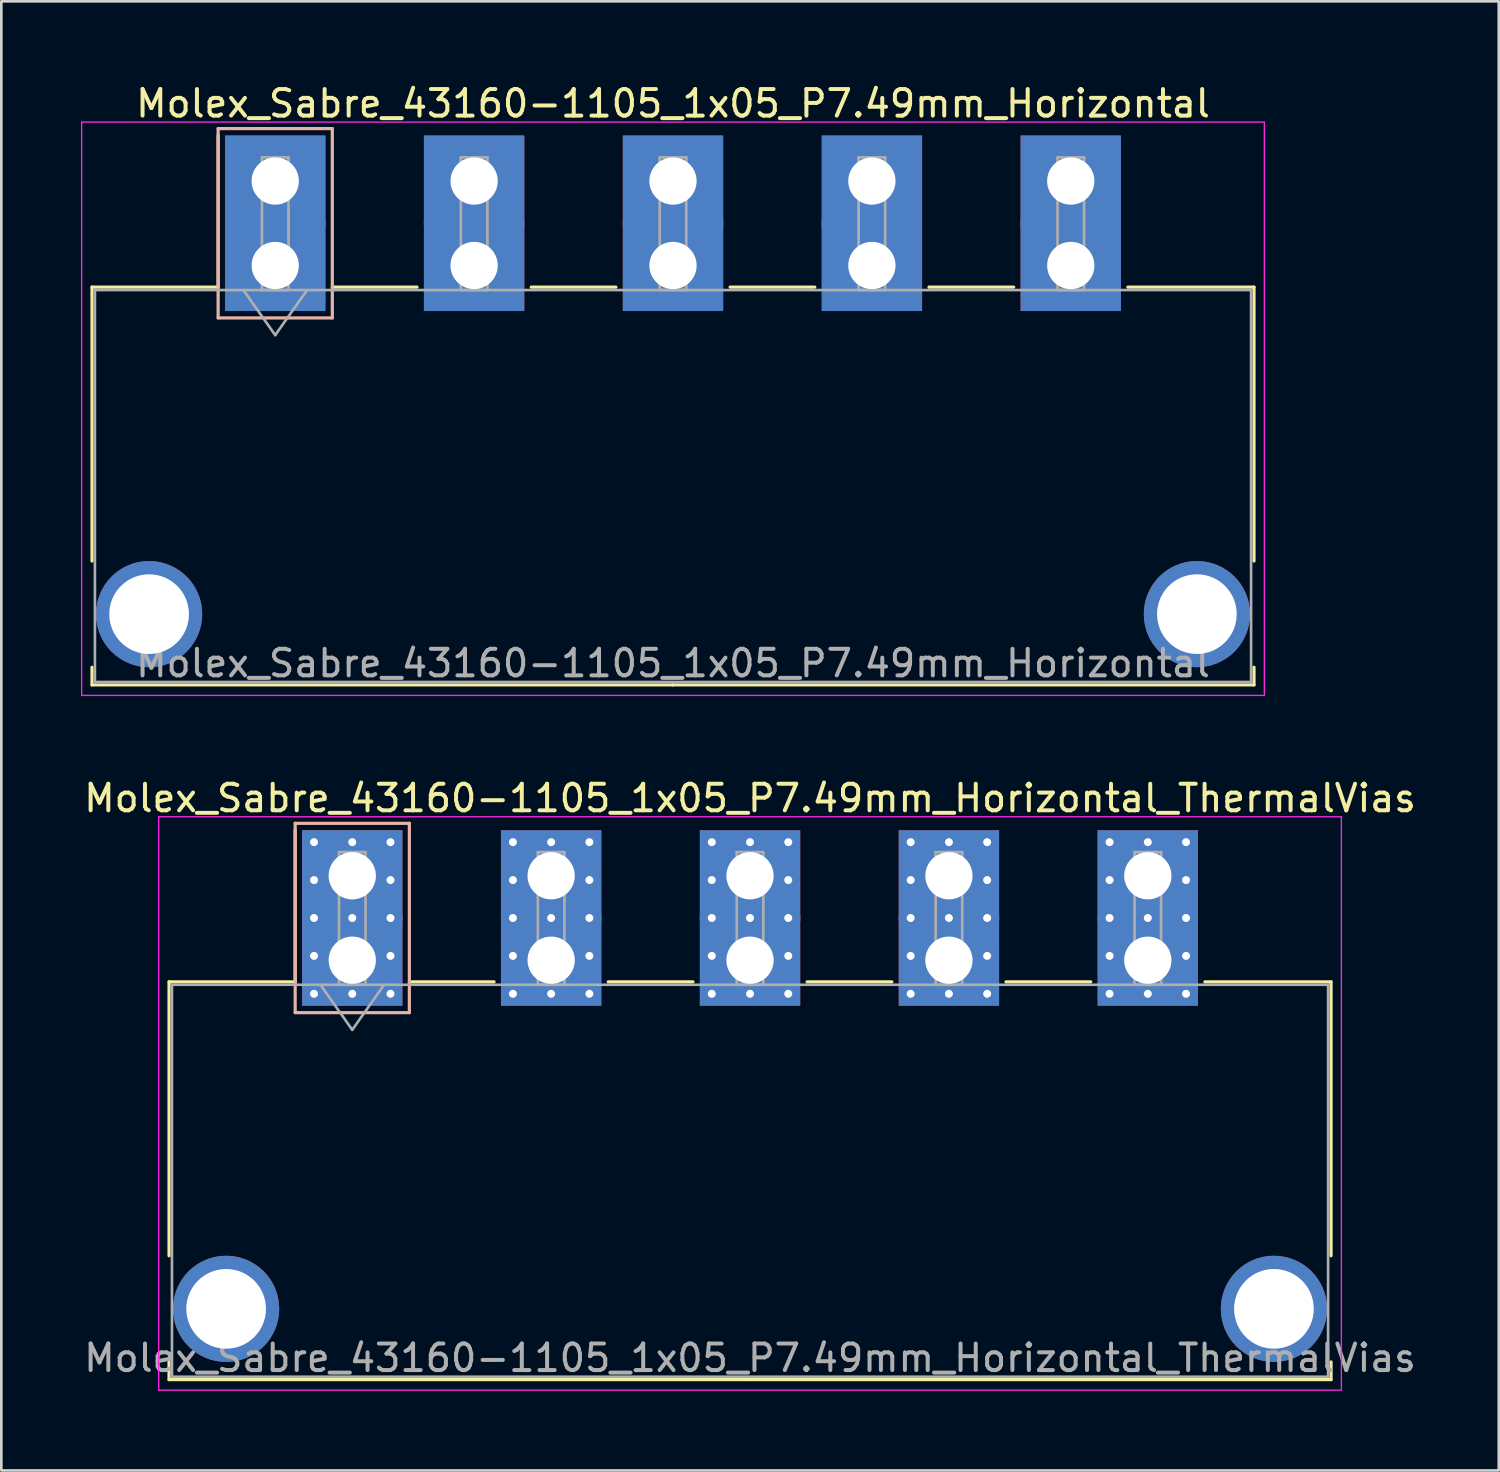
<source format=kicad_pcb>
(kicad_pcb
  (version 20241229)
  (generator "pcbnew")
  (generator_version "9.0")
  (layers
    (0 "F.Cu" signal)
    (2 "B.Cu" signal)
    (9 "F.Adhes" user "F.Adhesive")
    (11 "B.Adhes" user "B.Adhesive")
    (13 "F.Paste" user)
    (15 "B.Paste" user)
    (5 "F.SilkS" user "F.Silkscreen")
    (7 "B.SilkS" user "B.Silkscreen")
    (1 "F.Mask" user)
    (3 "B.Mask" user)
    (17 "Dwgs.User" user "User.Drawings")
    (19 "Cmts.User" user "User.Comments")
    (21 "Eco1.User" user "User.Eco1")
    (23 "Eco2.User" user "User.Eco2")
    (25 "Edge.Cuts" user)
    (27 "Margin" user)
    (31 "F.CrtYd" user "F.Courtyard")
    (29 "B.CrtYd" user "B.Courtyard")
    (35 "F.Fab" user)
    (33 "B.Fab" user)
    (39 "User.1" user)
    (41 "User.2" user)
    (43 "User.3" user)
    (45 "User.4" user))
  (footprint "Molex_Sabre_43160-1105_1x05_P7.49mm_Horizontal_ThermalVias"
    (layer "F.Cu")
    (at 10.216 33.111)
    (property "Reference" "Molex_Sabre_43160-1105_1x05_P7.49mm_Horizontal_ThermalVias" (at 14.98 -6.1 0) (layer "F.SilkS") (effects (font (size 1 1) (thickness 0.15))))
    (attr through_hole)
    (fp_line (start -6.9 0.815) (end -6.9 11.13) (stroke (width 0.12) (type solid)) (layer "F.SilkS"))
    (fp_line (start -6.9 15.13) (end -6.9 15.795) (stroke (width 0.12) (type solid)) (layer "F.SilkS"))
    (fp_line (start -6.9 15.795) (end 14.98 15.795) (stroke (width 0.12) (type solid)) (layer "F.SilkS"))
    (fp_line (start -2.15 0.815) (end -6.9 0.815) (stroke (width 0.12) (type solid)) (layer "F.SilkS"))
    (fp_line (start -2.15 0.815) (end -2.15 -4.895) (stroke (width 0.12) (type solid)) (layer "F.SilkS"))
    (fp_line (start 2.15 0.815) (end 5.34 0.815) (stroke (width 0.12) (type solid)) (layer "F.SilkS"))
    (fp_line (start 9.64 0.815) (end 12.83 0.815) (stroke (width 0.12) (type solid)) (layer "F.SilkS"))
    (fp_line (start 17.13 0.815) (end 20.32 0.815) (stroke (width 0.12) (type solid)) (layer "F.SilkS"))
    (fp_line (start 24.62 0.815) (end 27.81 0.815) (stroke (width 0.12) (type solid)) (layer "F.SilkS"))
    (fp_line (start 32.11 0.815) (end 36.86 0.815) (stroke (width 0.12) (type solid)) (layer "F.SilkS"))
    (fp_line (start 36.86 0.815) (end 36.86 11.13) (stroke (width 0.12) (type solid)) (layer "F.SilkS"))
    (fp_line (start 36.86 15.13) (end 36.86 15.795) (stroke (width 0.12) (type solid)) (layer "F.SilkS"))
    (fp_line (start 36.86 15.795) (end 14.98 15.795) (stroke (width 0.12) (type solid)) (layer "F.SilkS"))
    (fp_line (start -2.15 -5.155) (end -2.15 1.975) (stroke (width 0.12) (type solid)) (layer "B.SilkS"))
    (fp_line (start -2.15 1.975) (end 2.15 1.975) (stroke (width 0.12) (type solid)) (layer "B.SilkS"))
    (fp_line (start 2.15 -5.155) (end -2.15 -5.155) (stroke (width 0.12) (type solid)) (layer "B.SilkS"))
    (fp_line (start 2.15 1.975) (end 2.15 -5.155) (stroke (width 0.12) (type solid)) (layer "B.SilkS"))
    (fp_line (start -7.29 -5.4) (end -7.29 16.19) (stroke (width 0.05) (type solid)) (layer "F.CrtYd"))
    (fp_line (start -7.29 16.19) (end 37.25 16.19) (stroke (width 0.05) (type solid)) (layer "F.CrtYd"))
    (fp_line (start 37.25 -5.4) (end -7.29 -5.4) (stroke (width 0.05) (type solid)) (layer "F.CrtYd"))
    (fp_line (start 37.25 16.19) (end 37.25 -5.4) (stroke (width 0.05) (type solid)) (layer "F.CrtYd"))
    (fp_line (start -6.79 0.925) (end -6.79 15.685) (stroke (width 0.1) (type solid)) (layer "F.Fab"))
    (fp_line (start -6.79 15.685) (end 36.75 15.685) (stroke (width 0.1) (type solid)) (layer "F.Fab"))
    (fp_line (start -1.2 0.925) (end 0 2.622) (stroke (width 0.1) (type solid)) (layer "F.Fab"))
    (fp_line (start -0.5 -4.07) (end 0.5 -4.07) (stroke (width 0.1) (type solid)) (layer "F.Fab"))
    (fp_line (start -0.5 0.925) (end -0.5 -4.07) (stroke (width 0.1) (type solid)) (layer "F.Fab"))
    (fp_line (start 0 2.622) (end 1.2 0.925) (stroke (width 0.1) (type solid)) (layer "F.Fab"))
    (fp_line (start 0.5 -4.07) (end 0.5 0.925) (stroke (width 0.1) (type solid)) (layer "F.Fab"))
    (fp_line (start 0.5 0.925) (end -0.5 0.925) (stroke (width 0.1) (type solid)) (layer "F.Fab"))
    (fp_line (start 6.99 -4.07) (end 7.99 -4.07) (stroke (width 0.1) (type solid)) (layer "F.Fab"))
    (fp_line (start 6.99 0.925) (end 6.99 -4.07) (stroke (width 0.1) (type solid)) (layer "F.Fab"))
    (fp_line (start 7.99 -4.07) (end 7.99 0.925) (stroke (width 0.1) (type solid)) (layer "F.Fab"))
    (fp_line (start 7.99 0.925) (end 6.99 0.925) (stroke (width 0.1) (type solid)) (layer "F.Fab"))
    (fp_line (start 14.48 -4.07) (end 15.48 -4.07) (stroke (width 0.1) (type solid)) (layer "F.Fab"))
    (fp_line (start 14.48 0.925) (end 14.48 -4.07) (stroke (width 0.1) (type solid)) (layer "F.Fab"))
    (fp_line (start 15.48 -4.07) (end 15.48 0.925) (stroke (width 0.1) (type solid)) (layer "F.Fab"))
    (fp_line (start 15.48 0.925) (end 14.48 0.925) (stroke (width 0.1) (type solid)) (layer "F.Fab"))
    (fp_line (start 21.97 -4.07) (end 22.97 -4.07) (stroke (width 0.1) (type solid)) (layer "F.Fab"))
    (fp_line (start 21.97 0.925) (end 21.97 -4.07) (stroke (width 0.1) (type solid)) (layer "F.Fab"))
    (fp_line (start 22.97 -4.07) (end 22.97 0.925) (stroke (width 0.1) (type solid)) (layer "F.Fab"))
    (fp_line (start 22.97 0.925) (end 21.97 0.925) (stroke (width 0.1) (type solid)) (layer "F.Fab"))
    (fp_line (start 29.46 -4.07) (end 30.46 -4.07) (stroke (width 0.1) (type solid)) (layer "F.Fab"))
    (fp_line (start 29.46 0.925) (end 29.46 -4.07) (stroke (width 0.1) (type solid)) (layer "F.Fab"))
    (fp_line (start 30.46 -4.07) (end 30.46 0.925) (stroke (width 0.1) (type solid)) (layer "F.Fab"))
    (fp_line (start 30.46 0.925) (end 29.46 0.925) (stroke (width 0.1) (type solid)) (layer "F.Fab"))
    (fp_line (start 36.75 0.925) (end -6.79 0.925) (stroke (width 0.1) (type solid)) (layer "F.Fab"))
    (fp_line (start 36.75 15.685) (end 36.75 0.925) (stroke (width 0.1) (type solid)) (layer "F.Fab"))
    (fp_text user "${REFERENCE}" (at 14.98 14.98 0) (layer "F.Fab") (effects (font (size 1 1) (thickness 0.15))))
    (pad "" thru_hole circle (at -4.75 13.13) (size 4 4) (drill 3) (layers "*.Cu" "*.Mask"))
    (pad "" thru_hole circle (at 34.71 13.13) (size 4 4) (drill 3) (layers "*.Cu" "*.Mask"))
    (pad "1" thru_hole rect (at -1.44 -4.445) (size 0.6 0.6) (drill 0.3) (layers "*.Cu" "*.Mask"))
    (pad "1" thru_hole rect (at -1.44 -3.018) (size 0.6 0.6) (drill 0.3) (layers "*.Cu" "*.Mask"))
    (pad "1" thru_hole rect (at -1.44 -1.59) (size 0.6 0.6) (drill 0.3) (layers "*.Cu" "*.Mask"))
    (pad "1" thru_hole rect (at -1.44 -0.163) (size 0.6 0.6) (drill 0.3) (layers "*.Cu" "*.Mask"))
    (pad "1" thru_hole rect (at -1.44 1.265) (size 0.6 0.6) (drill 0.3) (layers "*.Cu" "*.Mask"))
    (pad "1" thru_hole rect (at 0 -4.445) (size 0.6 0.6) (drill 0.3) (layers "*.Cu" "*.Mask"))
    (pad "1" thru_hole rect (at 0 -3.18) (size 3.78 3.43) (drill 1.78) (layers "*.Cu" "*.Mask"))
    (pad "1" thru_hole rect (at 0 -1.59) (size 0.6 0.6) (drill 0.3) (layers "*.Cu" "*.Mask"))
    (pad "1" thru_hole rect (at 0 0) (size 3.78 3.43) (drill 1.78) (layers "*.Cu" "*.Mask"))
    (pad "1" thru_hole rect (at 0 1.265) (size 0.6 0.6) (drill 0.3) (layers "*.Cu" "*.Mask"))
    (pad "1" thru_hole rect (at 1.44 -4.445) (size 0.6 0.6) (drill 0.3) (layers "*.Cu" "*.Mask"))
    (pad "1" thru_hole rect (at 1.44 -3.018) (size 0.6 0.6) (drill 0.3) (layers "*.Cu" "*.Mask"))
    (pad "1" thru_hole rect (at 1.44 -1.59) (size 0.6 0.6) (drill 0.3) (layers "*.Cu" "*.Mask"))
    (pad "1" thru_hole rect (at 1.44 -0.163) (size 0.6 0.6) (drill 0.3) (layers "*.Cu" "*.Mask"))
    (pad "1" thru_hole rect (at 1.44 1.265) (size 0.6 0.6) (drill 0.3) (layers "*.Cu" "*.Mask"))
    (pad "2" thru_hole circle (at 6.05 -4.445) (size 0.6 0.6) (drill 0.3) (layers "*.Cu" "*.Mask"))
    (pad "2" thru_hole circle (at 6.05 -3.018) (size 0.6 0.6) (drill 0.3) (layers "*.Cu" "*.Mask"))
    (pad "2" thru_hole circle (at 6.05 -1.59) (size 0.6 0.6) (drill 0.3) (layers "*.Cu" "*.Mask"))
    (pad "2" thru_hole circle (at 6.05 -0.163) (size 0.6 0.6) (drill 0.3) (layers "*.Cu" "*.Mask"))
    (pad "2" thru_hole circle (at 6.05 1.265) (size 0.6 0.6) (drill 0.3) (layers "*.Cu" "*.Mask"))
    (pad "2" thru_hole circle (at 7.49 -4.445) (size 0.6 0.6) (drill 0.3) (layers "*.Cu" "*.Mask"))
    (pad "2" thru_hole rect (at 7.49 -3.18) (size 3.78 3.43) (drill 1.78) (layers "*.Cu" "*.Mask"))
    (pad "2" thru_hole circle (at 7.49 -1.59) (size 0.6 0.6) (drill 0.3) (layers "*.Cu" "*.Mask"))
    (pad "2" thru_hole rect (at 7.49 0) (size 3.78 3.43) (drill 1.78) (layers "*.Cu" "*.Mask"))
    (pad "2" thru_hole circle (at 7.49 1.265) (size 0.6 0.6) (drill 0.3) (layers "*.Cu" "*.Mask"))
    (pad "2" thru_hole circle (at 8.93 -4.445) (size 0.6 0.6) (drill 0.3) (layers "*.Cu" "*.Mask"))
    (pad "2" thru_hole circle (at 8.93 -3.018) (size 0.6 0.6) (drill 0.3) (layers "*.Cu" "*.Mask"))
    (pad "2" thru_hole circle (at 8.93 -1.59) (size 0.6 0.6) (drill 0.3) (layers "*.Cu" "*.Mask"))
    (pad "2" thru_hole circle (at 8.93 -0.163) (size 0.6 0.6) (drill 0.3) (layers "*.Cu" "*.Mask"))
    (pad "2" thru_hole circle (at 8.93 1.265) (size 0.6 0.6) (drill 0.3) (layers "*.Cu" "*.Mask"))
    (pad "3" thru_hole circle (at 13.54 -4.445) (size 0.6 0.6) (drill 0.3) (layers "*.Cu" "*.Mask"))
    (pad "3" thru_hole circle (at 13.54 -3.018) (size 0.6 0.6) (drill 0.3) (layers "*.Cu" "*.Mask"))
    (pad "3" thru_hole circle (at 13.54 -1.59) (size 0.6 0.6) (drill 0.3) (layers "*.Cu" "*.Mask"))
    (pad "3" thru_hole circle (at 13.54 -0.163) (size 0.6 0.6) (drill 0.3) (layers "*.Cu" "*.Mask"))
    (pad "3" thru_hole circle (at 13.54 1.265) (size 0.6 0.6) (drill 0.3) (layers "*.Cu" "*.Mask"))
    (pad "3" thru_hole circle (at 14.98 -4.445) (size 0.6 0.6) (drill 0.3) (layers "*.Cu" "*.Mask"))
    (pad "3" thru_hole rect (at 14.98 -3.18) (size 3.78 3.43) (drill 1.78) (layers "*.Cu" "*.Mask"))
    (pad "3" thru_hole circle (at 14.98 -1.59) (size 0.6 0.6) (drill 0.3) (layers "*.Cu" "*.Mask"))
    (pad "3" thru_hole rect (at 14.98 0) (size 3.78 3.43) (drill 1.78) (layers "*.Cu" "*.Mask"))
    (pad "3" thru_hole circle (at 14.98 1.265) (size 0.6 0.6) (drill 0.3) (layers "*.Cu" "*.Mask"))
    (pad "3" thru_hole circle (at 16.42 -4.445) (size 0.6 0.6) (drill 0.3) (layers "*.Cu" "*.Mask"))
    (pad "3" thru_hole circle (at 16.42 -3.018) (size 0.6 0.6) (drill 0.3) (layers "*.Cu" "*.Mask"))
    (pad "3" thru_hole circle (at 16.42 -1.59) (size 0.6 0.6) (drill 0.3) (layers "*.Cu" "*.Mask"))
    (pad "3" thru_hole circle (at 16.42 -0.163) (size 0.6 0.6) (drill 0.3) (layers "*.Cu" "*.Mask"))
    (pad "3" thru_hole circle (at 16.42 1.265) (size 0.6 0.6) (drill 0.3) (layers "*.Cu" "*.Mask"))
    (pad "4" thru_hole circle (at 21.03 -4.445) (size 0.6 0.6) (drill 0.3) (layers "*.Cu" "*.Mask"))
    (pad "4" thru_hole circle (at 21.03 -3.018) (size 0.6 0.6) (drill 0.3) (layers "*.Cu" "*.Mask"))
    (pad "4" thru_hole circle (at 21.03 -1.59) (size 0.6 0.6) (drill 0.3) (layers "*.Cu" "*.Mask"))
    (pad "4" thru_hole circle (at 21.03 -0.163) (size 0.6 0.6) (drill 0.3) (layers "*.Cu" "*.Mask"))
    (pad "4" thru_hole circle (at 21.03 1.265) (size 0.6 0.6) (drill 0.3) (layers "*.Cu" "*.Mask"))
    (pad "4" thru_hole circle (at 22.47 -4.445) (size 0.6 0.6) (drill 0.3) (layers "*.Cu" "*.Mask"))
    (pad "4" thru_hole rect (at 22.47 -3.18) (size 3.78 3.43) (drill 1.78) (layers "*.Cu" "*.Mask"))
    (pad "4" thru_hole circle (at 22.47 -1.59) (size 0.6 0.6) (drill 0.3) (layers "*.Cu" "*.Mask"))
    (pad "4" thru_hole rect (at 22.47 0) (size 3.78 3.43) (drill 1.78) (layers "*.Cu" "*.Mask"))
    (pad "4" thru_hole circle (at 22.47 1.265) (size 0.6 0.6) (drill 0.3) (layers "*.Cu" "*.Mask"))
    (pad "4" thru_hole circle (at 23.91 -4.445) (size 0.6 0.6) (drill 0.3) (layers "*.Cu" "*.Mask"))
    (pad "4" thru_hole circle (at 23.91 -3.018) (size 0.6 0.6) (drill 0.3) (layers "*.Cu" "*.Mask"))
    (pad "4" thru_hole circle (at 23.91 -1.59) (size 0.6 0.6) (drill 0.3) (layers "*.Cu" "*.Mask"))
    (pad "4" thru_hole circle (at 23.91 -0.163) (size 0.6 0.6) (drill 0.3) (layers "*.Cu" "*.Mask"))
    (pad "4" thru_hole circle (at 23.91 1.265) (size 0.6 0.6) (drill 0.3) (layers "*.Cu" "*.Mask"))
    (pad "5" thru_hole circle (at 28.52 -4.445) (size 0.6 0.6) (drill 0.3) (layers "*.Cu" "*.Mask"))
    (pad "5" thru_hole circle (at 28.52 -3.018) (size 0.6 0.6) (drill 0.3) (layers "*.Cu" "*.Mask"))
    (pad "5" thru_hole circle (at 28.52 -1.59) (size 0.6 0.6) (drill 0.3) (layers "*.Cu" "*.Mask"))
    (pad "5" thru_hole circle (at 28.52 -0.163) (size 0.6 0.6) (drill 0.3) (layers "*.Cu" "*.Mask"))
    (pad "5" thru_hole circle (at 28.52 1.265) (size 0.6 0.6) (drill 0.3) (layers "*.Cu" "*.Mask"))
    (pad "5" thru_hole circle (at 29.96 -4.445) (size 0.6 0.6) (drill 0.3) (layers "*.Cu" "*.Mask"))
    (pad "5" thru_hole rect (at 29.96 -3.18) (size 3.78 3.43) (drill 1.78) (layers "*.Cu" "*.Mask"))
    (pad "5" thru_hole circle (at 29.96 -1.59) (size 0.6 0.6) (drill 0.3) (layers "*.Cu" "*.Mask"))
    (pad "5" thru_hole rect (at 29.96 0) (size 3.78 3.43) (drill 1.78) (layers "*.Cu" "*.Mask"))
    (pad "5" thru_hole circle (at 29.96 1.265) (size 0.6 0.6) (drill 0.3) (layers "*.Cu" "*.Mask"))
    (pad "5" thru_hole circle (at 31.4 -4.445) (size 0.6 0.6) (drill 0.3) (layers "*.Cu" "*.Mask"))
    (pad "5" thru_hole circle (at 31.4 -3.018) (size 0.6 0.6) (drill 0.3) (layers "*.Cu" "*.Mask"))
    (pad "5" thru_hole circle (at 31.4 -1.59) (size 0.6 0.6) (drill 0.3) (layers "*.Cu" "*.Mask"))
    (pad "5" thru_hole circle (at 31.4 -0.163) (size 0.6 0.6) (drill 0.3) (layers "*.Cu" "*.Mask"))
    (pad "5" thru_hole circle (at 31.4 1.265) (size 0.6 0.6) (drill 0.3) (layers "*.Cu" "*.Mask")))
  (footprint "Molex_Sabre_43160-1105_1x05_P7.49mm_Horizontal"
    (layer "F.Cu")
    (at 7.315 6.948)
    (property "Reference" "Molex_Sabre_43160-1105_1x05_P7.49mm_Horizontal" (at 14.98 -6.1 0) (layer "F.SilkS") (effects (font (size 1 1) (thickness 0.15))))
    (attr through_hole)
    (fp_line (start -6.9 0.815) (end -6.9 11.13) (stroke (width 0.12) (type solid)) (layer "F.SilkS"))
    (fp_line (start -6.9 15.13) (end -6.9 15.795) (stroke (width 0.12) (type solid)) (layer "F.SilkS"))
    (fp_line (start -6.9 15.795) (end 14.98 15.795) (stroke (width 0.12) (type solid)) (layer "F.SilkS"))
    (fp_line (start -2.15 0.815) (end -6.9 0.815) (stroke (width 0.12) (type solid)) (layer "F.SilkS"))
    (fp_line (start -2.15 0.815) (end -2.15 -4.895) (stroke (width 0.12) (type solid)) (layer "F.SilkS"))
    (fp_line (start 2.15 0.815) (end 5.34 0.815) (stroke (width 0.12) (type solid)) (layer "F.SilkS"))
    (fp_line (start 9.64 0.815) (end 12.83 0.815) (stroke (width 0.12) (type solid)) (layer "F.SilkS"))
    (fp_line (start 17.13 0.815) (end 20.32 0.815) (stroke (width 0.12) (type solid)) (layer "F.SilkS"))
    (fp_line (start 24.62 0.815) (end 27.81 0.815) (stroke (width 0.12) (type solid)) (layer "F.SilkS"))
    (fp_line (start 32.11 0.815) (end 36.86 0.815) (stroke (width 0.12) (type solid)) (layer "F.SilkS"))
    (fp_line (start 36.86 0.815) (end 36.86 11.13) (stroke (width 0.12) (type solid)) (layer "F.SilkS"))
    (fp_line (start 36.86 15.13) (end 36.86 15.795) (stroke (width 0.12) (type solid)) (layer "F.SilkS"))
    (fp_line (start 36.86 15.795) (end 14.98 15.795) (stroke (width 0.12) (type solid)) (layer "F.SilkS"))
    (fp_line (start -2.15 -5.155) (end -2.15 1.975) (stroke (width 0.12) (type solid)) (layer "B.SilkS"))
    (fp_line (start -2.15 1.975) (end 2.15 1.975) (stroke (width 0.12) (type solid)) (layer "B.SilkS"))
    (fp_line (start 2.15 -5.155) (end -2.15 -5.155) (stroke (width 0.12) (type solid)) (layer "B.SilkS"))
    (fp_line (start 2.15 1.975) (end 2.15 -5.155) (stroke (width 0.12) (type solid)) (layer "B.SilkS"))
    (fp_line (start -7.29 -5.4) (end -7.29 16.19) (stroke (width 0.05) (type solid)) (layer "F.CrtYd"))
    (fp_line (start -7.29 16.19) (end 37.25 16.19) (stroke (width 0.05) (type solid)) (layer "F.CrtYd"))
    (fp_line (start 37.25 -5.4) (end -7.29 -5.4) (stroke (width 0.05) (type solid)) (layer "F.CrtYd"))
    (fp_line (start 37.25 16.19) (end 37.25 -5.4) (stroke (width 0.05) (type solid)) (layer "F.CrtYd"))
    (fp_line (start -6.79 0.925) (end -6.79 15.685) (stroke (width 0.1) (type solid)) (layer "F.Fab"))
    (fp_line (start -6.79 15.685) (end 36.75 15.685) (stroke (width 0.1) (type solid)) (layer "F.Fab"))
    (fp_line (start -1.2 0.925) (end 0 2.622) (stroke (width 0.1) (type solid)) (layer "F.Fab"))
    (fp_line (start -0.5 -4.07) (end 0.5 -4.07) (stroke (width 0.1) (type solid)) (layer "F.Fab"))
    (fp_line (start -0.5 0.925) (end -0.5 -4.07) (stroke (width 0.1) (type solid)) (layer "F.Fab"))
    (fp_line (start 0 2.622) (end 1.2 0.925) (stroke (width 0.1) (type solid)) (layer "F.Fab"))
    (fp_line (start 0.5 -4.07) (end 0.5 0.925) (stroke (width 0.1) (type solid)) (layer "F.Fab"))
    (fp_line (start 0.5 0.925) (end -0.5 0.925) (stroke (width 0.1) (type solid)) (layer "F.Fab"))
    (fp_line (start 6.99 -4.07) (end 7.99 -4.07) (stroke (width 0.1) (type solid)) (layer "F.Fab"))
    (fp_line (start 6.99 0.925) (end 6.99 -4.07) (stroke (width 0.1) (type solid)) (layer "F.Fab"))
    (fp_line (start 7.99 -4.07) (end 7.99 0.925) (stroke (width 0.1) (type solid)) (layer "F.Fab"))
    (fp_line (start 7.99 0.925) (end 6.99 0.925) (stroke (width 0.1) (type solid)) (layer "F.Fab"))
    (fp_line (start 14.48 -4.07) (end 15.48 -4.07) (stroke (width 0.1) (type solid)) (layer "F.Fab"))
    (fp_line (start 14.48 0.925) (end 14.48 -4.07) (stroke (width 0.1) (type solid)) (layer "F.Fab"))
    (fp_line (start 15.48 -4.07) (end 15.48 0.925) (stroke (width 0.1) (type solid)) (layer "F.Fab"))
    (fp_line (start 15.48 0.925) (end 14.48 0.925) (stroke (width 0.1) (type solid)) (layer "F.Fab"))
    (fp_line (start 21.97 -4.07) (end 22.97 -4.07) (stroke (width 0.1) (type solid)) (layer "F.Fab"))
    (fp_line (start 21.97 0.925) (end 21.97 -4.07) (stroke (width 0.1) (type solid)) (layer "F.Fab"))
    (fp_line (start 22.97 -4.07) (end 22.97 0.925) (stroke (width 0.1) (type solid)) (layer "F.Fab"))
    (fp_line (start 22.97 0.925) (end 21.97 0.925) (stroke (width 0.1) (type solid)) (layer "F.Fab"))
    (fp_line (start 29.46 -4.07) (end 30.46 -4.07) (stroke (width 0.1) (type solid)) (layer "F.Fab"))
    (fp_line (start 29.46 0.925) (end 29.46 -4.07) (stroke (width 0.1) (type solid)) (layer "F.Fab"))
    (fp_line (start 30.46 -4.07) (end 30.46 0.925) (stroke (width 0.1) (type solid)) (layer "F.Fab"))
    (fp_line (start 30.46 0.925) (end 29.46 0.925) (stroke (width 0.1) (type solid)) (layer "F.Fab"))
    (fp_line (start 36.75 0.925) (end -6.79 0.925) (stroke (width 0.1) (type solid)) (layer "F.Fab"))
    (fp_line (start 36.75 15.685) (end 36.75 0.925) (stroke (width 0.1) (type solid)) (layer "F.Fab"))
    (fp_text user "${REFERENCE}" (at 14.98 14.98 0) (layer "F.Fab") (effects (font (size 1 1) (thickness 0.15))))
    (pad "" thru_hole circle (at -4.75 13.13) (size 4 4) (drill 3) (layers "*.Cu" "*.Mask"))
    (pad "" thru_hole circle (at 34.71 13.13) (size 4 4) (drill 3) (layers "*.Cu" "*.Mask"))
    (pad "1" thru_hole rect (at 0 -3.18) (size 3.78 3.43) (drill 1.78) (layers "*.Cu" "*.Mask"))
    (pad "1" thru_hole rect (at 0 0) (size 3.78 3.43) (drill 1.78) (layers "*.Cu" "*.Mask"))
    (pad "2" thru_hole rect (at 7.49 -3.18) (size 3.78 3.43) (drill 1.78) (layers "*.Cu" "*.Mask"))
    (pad "2" thru_hole rect (at 7.49 0) (size 3.78 3.43) (drill 1.78) (layers "*.Cu" "*.Mask"))
    (pad "3" thru_hole rect (at 14.98 -3.18) (size 3.78 3.43) (drill 1.78) (layers "*.Cu" "*.Mask"))
    (pad "3" thru_hole rect (at 14.98 0) (size 3.78 3.43) (drill 1.78) (layers "*.Cu" "*.Mask"))
    (pad "4" thru_hole rect (at 22.47 -3.18) (size 3.78 3.43) (drill 1.78) (layers "*.Cu" "*.Mask"))
    (pad "4" thru_hole rect (at 22.47 0) (size 3.78 3.43) (drill 1.78) (layers "*.Cu" "*.Mask"))
    (pad "5" thru_hole rect (at 29.96 -3.18) (size 3.78 3.43) (drill 1.78) (layers "*.Cu" "*.Mask"))
    (pad "5" thru_hole rect (at 29.96 0) (size 3.78 3.43) (drill 1.78) (layers "*.Cu" "*.Mask")))
  (gr_rect
    (start -3 -3)
    (end 53.393 52.327)
    (stroke (width 0.1) (type default))
    (fill no)
    (layer "Edge.Cuts")))
</source>
